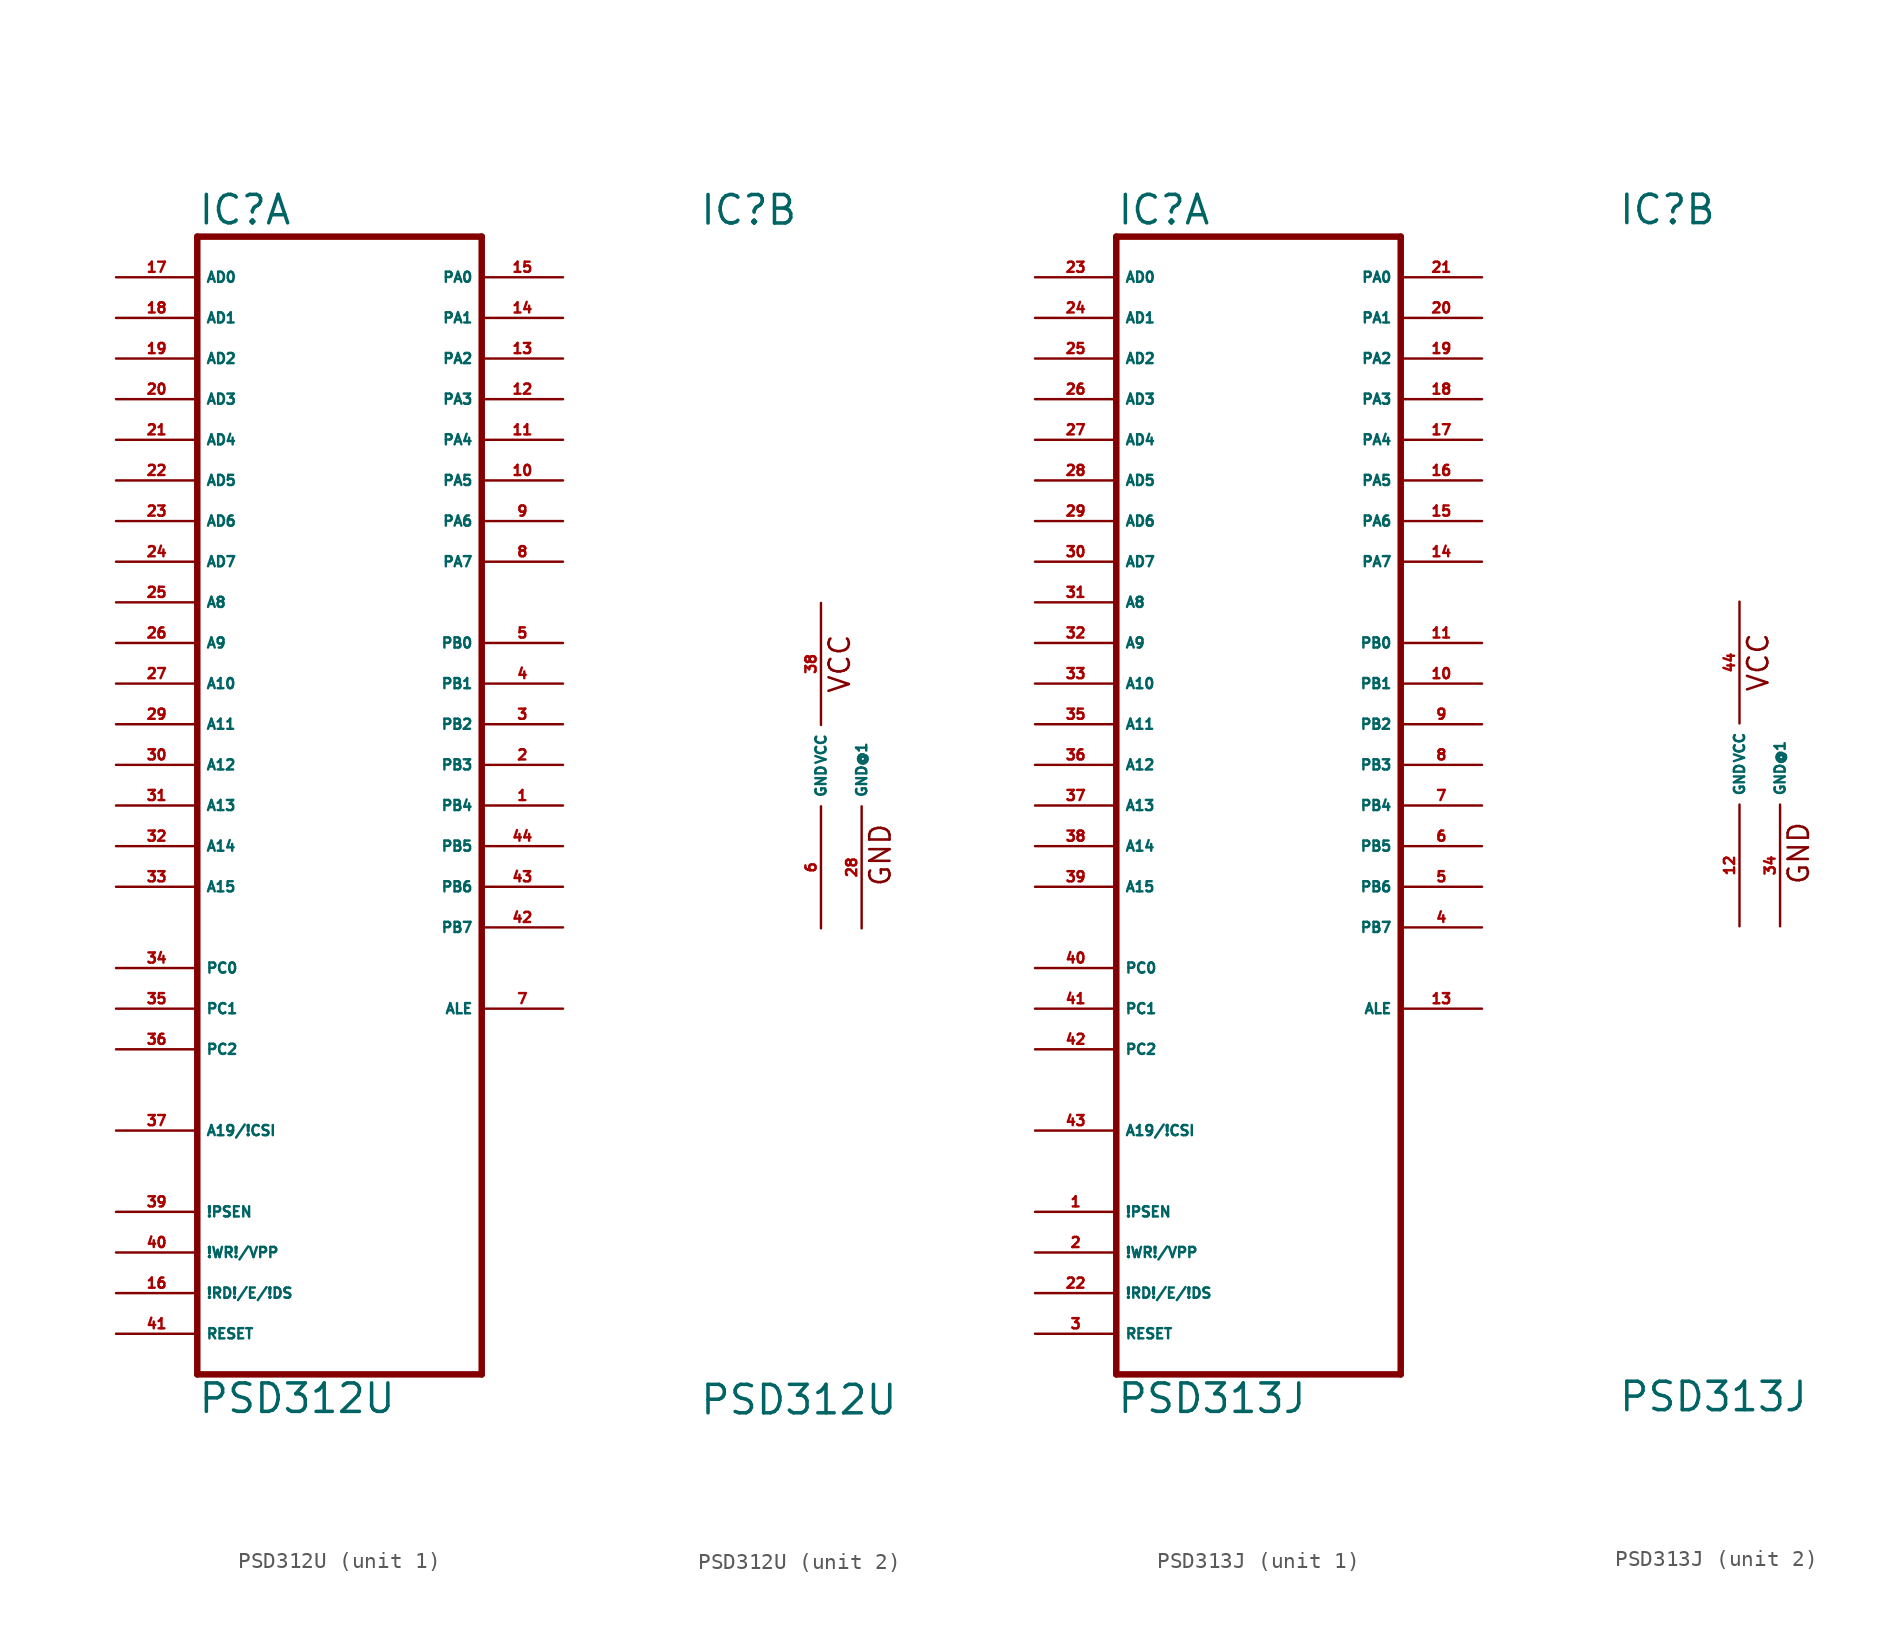
<source format=kicad_sym>
(kicad_symbol_lib
  (version 20220914)
  (generator Eagle2Kicad)
  (symbol "PSD312U"
    (property "Reference" "IC"
      (at -7.62 33.655 0)
      (effects (font (size 1.778 1.778) (thickness 0.22)) (justify left bottom)))
    (property "Value" "PSD312U"
      (at -7.62 -40.64 0)
      (effects (font (size 1.778 1.778) (thickness 0.22)) (justify left bottom)))
    (symbol "PSD312U_1_0"
      (polyline (pts (xy -7.62 -38.1) (xy 10.16 -38.1)) (stroke (width 0.406) (type default)) (fill (type none)))
      (polyline (pts (xy 10.16 -38.1) (xy 10.16 33.02)) (stroke (width 0.406) (type default)) (fill (type none)))
      (polyline (pts (xy 10.16 33.02) (xy -7.62 33.02)) (stroke (width 0.406) (type default)) (fill (type none)))
      (polyline (pts (xy -7.62 33.02) (xy -7.62 -38.1)) (stroke (width 0.406) (type default)) (fill (type none)))
      (pin input line (at -12.7 30.48 0) (length 5.08) (name "AD0" (effects (font (size 0.635 0.635) (thickness 0.08)) (justify left bottom))) (number "17" (effects (font (size 0.635 0.635) (thickness 0.08)) (justify left bottom))))
      (pin input line (at -12.7 27.94 0) (length 5.08) (name "AD1" (effects (font (size 0.635 0.635) (thickness 0.08)) (justify left bottom))) (number "18" (effects (font (size 0.635 0.635) (thickness 0.08)) (justify left bottom))))
      (pin input line (at -12.7 25.4 0) (length 5.08) (name "AD2" (effects (font (size 0.635 0.635) (thickness 0.08)) (justify left bottom))) (number "19" (effects (font (size 0.635 0.635) (thickness 0.08)) (justify left bottom))))
      (pin input line (at -12.7 22.86 0) (length 5.08) (name "AD3" (effects (font (size 0.635 0.635) (thickness 0.08)) (justify left bottom))) (number "20" (effects (font (size 0.635 0.635) (thickness 0.08)) (justify left bottom))))
      (pin input line (at -12.7 20.32 0) (length 5.08) (name "AD4" (effects (font (size 0.635 0.635) (thickness 0.08)) (justify left bottom))) (number "21" (effects (font (size 0.635 0.635) (thickness 0.08)) (justify left bottom))))
      (pin input line (at -12.7 17.78 0) (length 5.08) (name "AD5" (effects (font (size 0.635 0.635) (thickness 0.08)) (justify left bottom))) (number "22" (effects (font (size 0.635 0.635) (thickness 0.08)) (justify left bottom))))
      (pin input line (at -12.7 15.24 0) (length 5.08) (name "AD6" (effects (font (size 0.635 0.635) (thickness 0.08)) (justify left bottom))) (number "23" (effects (font (size 0.635 0.635) (thickness 0.08)) (justify left bottom))))
      (pin input line (at -12.7 12.7 0) (length 5.08) (name "AD7" (effects (font (size 0.635 0.635) (thickness 0.08)) (justify left bottom))) (number "24" (effects (font (size 0.635 0.635) (thickness 0.08)) (justify left bottom))))
      (pin input line (at -12.7 10.16 0) (length 5.08) (name "A8" (effects (font (size 0.635 0.635) (thickness 0.08)) (justify left bottom))) (number "25" (effects (font (size 0.635 0.635) (thickness 0.08)) (justify left bottom))))
      (pin input line (at -12.7 7.62 0) (length 5.08) (name "A9" (effects (font (size 0.635 0.635) (thickness 0.08)) (justify left bottom))) (number "26" (effects (font (size 0.635 0.635) (thickness 0.08)) (justify left bottom))))
      (pin input line (at -12.7 5.08 0) (length 5.08) (name "A10" (effects (font (size 0.635 0.635) (thickness 0.08)) (justify left bottom))) (number "27" (effects (font (size 0.635 0.635) (thickness 0.08)) (justify left bottom))))
      (pin input line (at -12.7 2.54 0) (length 5.08) (name "A11" (effects (font (size 0.635 0.635) (thickness 0.08)) (justify left bottom))) (number "29" (effects (font (size 0.635 0.635) (thickness 0.08)) (justify left bottom))))
      (pin input line (at -12.7 0 0) (length 5.08) (name "A12" (effects (font (size 0.635 0.635) (thickness 0.08)) (justify left bottom))) (number "30" (effects (font (size 0.635 0.635) (thickness 0.08)) (justify left bottom))))
      (pin input line (at -12.7 -2.54 0) (length 5.08) (name "A13" (effects (font (size 0.635 0.635) (thickness 0.08)) (justify left bottom))) (number "31" (effects (font (size 0.635 0.635) (thickness 0.08)) (justify left bottom))))
      (pin input line (at -12.7 -5.08 0) (length 5.08) (name "A14" (effects (font (size 0.635 0.635) (thickness 0.08)) (justify left bottom))) (number "32" (effects (font (size 0.635 0.635) (thickness 0.08)) (justify left bottom))))
      (pin input line (at -12.7 -7.62 0) (length 5.08) (name "A15" (effects (font (size 0.635 0.635) (thickness 0.08)) (justify left bottom))) (number "33" (effects (font (size 0.635 0.635) (thickness 0.08)) (justify left bottom))))
      (pin input line (at -12.7 -12.7 0) (length 5.08) (name "PC0" (effects (font (size 0.635 0.635) (thickness 0.08)) (justify left bottom))) (number "34" (effects (font (size 0.635 0.635) (thickness 0.08)) (justify left bottom))))
      (pin input line (at -12.7 -15.24 0) (length 5.08) (name "PC1" (effects (font (size 0.635 0.635) (thickness 0.08)) (justify left bottom))) (number "35" (effects (font (size 0.635 0.635) (thickness 0.08)) (justify left bottom))))
      (pin input line (at -12.7 -17.78 0) (length 5.08) (name "PC2" (effects (font (size 0.635 0.635) (thickness 0.08)) (justify left bottom))) (number "36" (effects (font (size 0.635 0.635) (thickness 0.08)) (justify left bottom))))
      (pin input line (at -12.7 -22.86 0) (length 5.08) (name "A19/!CSI" (effects (font (size 0.635 0.635) (thickness 0.08)) (justify left bottom))) (number "37" (effects (font (size 0.635 0.635) (thickness 0.08)) (justify left bottom))))
      (pin bidirectional line (at 15.24 30.48 180) (length 5.08) (name "PA0" (effects (font (size 0.635 0.635) (thickness 0.08)) (justify left bottom))) (number "15" (effects (font (size 0.635 0.635) (thickness 0.08)) (justify left bottom))))
      (pin bidirectional line (at 15.24 27.94 180) (length 5.08) (name "PA1" (effects (font (size 0.635 0.635) (thickness 0.08)) (justify left bottom))) (number "14" (effects (font (size 0.635 0.635) (thickness 0.08)) (justify left bottom))))
      (pin bidirectional line (at 15.24 25.4 180) (length 5.08) (name "PA2" (effects (font (size 0.635 0.635) (thickness 0.08)) (justify left bottom))) (number "13" (effects (font (size 0.635 0.635) (thickness 0.08)) (justify left bottom))))
      (pin bidirectional line (at 15.24 22.86 180) (length 5.08) (name "PA3" (effects (font (size 0.635 0.635) (thickness 0.08)) (justify left bottom))) (number "12" (effects (font (size 0.635 0.635) (thickness 0.08)) (justify left bottom))))
      (pin bidirectional line (at 15.24 20.32 180) (length 5.08) (name "PA4" (effects (font (size 0.635 0.635) (thickness 0.08)) (justify left bottom))) (number "11" (effects (font (size 0.635 0.635) (thickness 0.08)) (justify left bottom))))
      (pin bidirectional line (at 15.24 17.78 180) (length 5.08) (name "PA5" (effects (font (size 0.635 0.635) (thickness 0.08)) (justify left bottom))) (number "10" (effects (font (size 0.635 0.635) (thickness 0.08)) (justify left bottom))))
      (pin bidirectional line (at 15.24 15.24 180) (length 5.08) (name "PA6" (effects (font (size 0.635 0.635) (thickness 0.08)) (justify left bottom))) (number "9" (effects (font (size 0.635 0.635) (thickness 0.08)) (justify left bottom))))
      (pin bidirectional line (at 15.24 12.7 180) (length 5.08) (name "PA7" (effects (font (size 0.635 0.635) (thickness 0.08)) (justify left bottom))) (number "8" (effects (font (size 0.635 0.635) (thickness 0.08)) (justify left bottom))))
      (pin output line (at 15.24 7.62 180) (length 5.08) (name "PB0" (effects (font (size 0.635 0.635) (thickness 0.08)) (justify left bottom))) (number "5" (effects (font (size 0.635 0.635) (thickness 0.08)) (justify left bottom))))
      (pin output line (at 15.24 5.08 180) (length 5.08) (name "PB1" (effects (font (size 0.635 0.635) (thickness 0.08)) (justify left bottom))) (number "4" (effects (font (size 0.635 0.635) (thickness 0.08)) (justify left bottom))))
      (pin output line (at 15.24 2.54 180) (length 5.08) (name "PB2" (effects (font (size 0.635 0.635) (thickness 0.08)) (justify left bottom))) (number "3" (effects (font (size 0.635 0.635) (thickness 0.08)) (justify left bottom))))
      (pin output line (at 15.24 0 180) (length 5.08) (name "PB3" (effects (font (size 0.635 0.635) (thickness 0.08)) (justify left bottom))) (number "2" (effects (font (size 0.635 0.635) (thickness 0.08)) (justify left bottom))))
      (pin output line (at 15.24 -2.54 180) (length 5.08) (name "PB4" (effects (font (size 0.635 0.635) (thickness 0.08)) (justify left bottom))) (number "1" (effects (font (size 0.635 0.635) (thickness 0.08)) (justify left bottom))))
      (pin output line (at 15.24 -5.08 180) (length 5.08) (name "PB5" (effects (font (size 0.635 0.635) (thickness 0.08)) (justify left bottom))) (number "44" (effects (font (size 0.635 0.635) (thickness 0.08)) (justify left bottom))))
      (pin output line (at 15.24 -7.62 180) (length 5.08) (name "PB6" (effects (font (size 0.635 0.635) (thickness 0.08)) (justify left bottom))) (number "43" (effects (font (size 0.635 0.635) (thickness 0.08)) (justify left bottom))))
      (pin output line (at 15.24 -10.16 180) (length 5.08) (name "PB7" (effects (font (size 0.635 0.635) (thickness 0.08)) (justify left bottom))) (number "42" (effects (font (size 0.635 0.635) (thickness 0.08)) (justify left bottom))))
      (pin output line (at 15.24 -15.24 180) (length 5.08) (name "ALE" (effects (font (size 0.635 0.635) (thickness 0.08)) (justify left bottom))) (number "7" (effects (font (size 0.635 0.635) (thickness 0.08)) (justify left bottom))))
      (pin input line (at -12.7 -27.94 0) (length 5.08) (name "!PSEN" (effects (font (size 0.635 0.635) (thickness 0.08)) (justify left bottom))) (number "39" (effects (font (size 0.635 0.635) (thickness 0.08)) (justify left bottom))))
      (pin input line (at -12.7 -30.48 0) (length 5.08) (name "!WR!/VPP" (effects (font (size 0.635 0.635) (thickness 0.08)) (justify left bottom))) (number "40" (effects (font (size 0.635 0.635) (thickness 0.08)) (justify left bottom))))
      (pin input line (at -12.7 -33.02 0) (length 5.08) (name "!RD!/E/!DS" (effects (font (size 0.635 0.635) (thickness 0.08)) (justify left bottom))) (number "16" (effects (font (size 0.635 0.635) (thickness 0.08)) (justify left bottom))))
      (pin input line (at -12.7 -35.56 0) (length 5.08) (name "RESET" (effects (font (size 0.635 0.635) (thickness 0.08)) (justify left bottom))) (number "41" (effects (font (size 0.635 0.635) (thickness 0.08)) (justify left bottom)))))
    (symbol "PSD312U_2_0"
      (text "VCC" (at 1.905 4.445 900) (effects (font (size 1.27 1.27) (thickness 0.16)) (justify left bottom)))
      (text "GND" (at 4.445 -7.62 900) (effects (font (size 1.27 1.27) (thickness 0.16)) (justify left bottom)))
      (pin unspecified line (at 0 10.16 270) (length 7.62) (name "VCC" (effects (font (size 0.635 0.635) (thickness 0.08)) (justify left bottom))) (number "38" (effects (font (size 0.635 0.635) (thickness 0.08)) (justify left bottom))))
      (pin unspecified line (at 0 -10.16 90) (length 7.62) (name "GND" (effects (font (size 0.635 0.635) (thickness 0.08)) (justify left bottom))) (number "6" (effects (font (size 0.635 0.635) (thickness 0.08)) (justify left bottom))))
      (pin unspecified line (at 2.54 -10.16 90) (length 7.62) (name "GND@1" (effects (font (size 0.635 0.635) (thickness 0.08)) (justify left bottom))) (number "28" (effects (font (size 0.635 0.635) (thickness 0.08)) (justify left bottom))))))
  (symbol "PSD313J"
    (property "Reference" "IC"
      (at -7.62 33.655 0)
      (effects (font (size 1.778 1.778) (thickness 0.22)) (justify left bottom)))
    (property "Value" "PSD313J"
      (at -7.62 -40.64 0)
      (effects (font (size 1.778 1.778) (thickness 0.22)) (justify left bottom)))
    (symbol "PSD313J_1_0"
      (polyline (pts (xy -7.62 -38.1) (xy 10.16 -38.1)) (stroke (width 0.406) (type default)) (fill (type none)))
      (polyline (pts (xy 10.16 -38.1) (xy 10.16 33.02)) (stroke (width 0.406) (type default)) (fill (type none)))
      (polyline (pts (xy 10.16 33.02) (xy -7.62 33.02)) (stroke (width 0.406) (type default)) (fill (type none)))
      (polyline (pts (xy -7.62 33.02) (xy -7.62 -38.1)) (stroke (width 0.406) (type default)) (fill (type none)))
      (pin input line (at -12.7 30.48 0) (length 5.08) (name "AD0" (effects (font (size 0.635 0.635) (thickness 0.08)) (justify left bottom))) (number "23" (effects (font (size 0.635 0.635) (thickness 0.08)) (justify left bottom))))
      (pin input line (at -12.7 27.94 0) (length 5.08) (name "AD1" (effects (font (size 0.635 0.635) (thickness 0.08)) (justify left bottom))) (number "24" (effects (font (size 0.635 0.635) (thickness 0.08)) (justify left bottom))))
      (pin input line (at -12.7 25.4 0) (length 5.08) (name "AD2" (effects (font (size 0.635 0.635) (thickness 0.08)) (justify left bottom))) (number "25" (effects (font (size 0.635 0.635) (thickness 0.08)) (justify left bottom))))
      (pin input line (at -12.7 22.86 0) (length 5.08) (name "AD3" (effects (font (size 0.635 0.635) (thickness 0.08)) (justify left bottom))) (number "26" (effects (font (size 0.635 0.635) (thickness 0.08)) (justify left bottom))))
      (pin input line (at -12.7 20.32 0) (length 5.08) (name "AD4" (effects (font (size 0.635 0.635) (thickness 0.08)) (justify left bottom))) (number "27" (effects (font (size 0.635 0.635) (thickness 0.08)) (justify left bottom))))
      (pin input line (at -12.7 17.78 0) (length 5.08) (name "AD5" (effects (font (size 0.635 0.635) (thickness 0.08)) (justify left bottom))) (number "28" (effects (font (size 0.635 0.635) (thickness 0.08)) (justify left bottom))))
      (pin input line (at -12.7 15.24 0) (length 5.08) (name "AD6" (effects (font (size 0.635 0.635) (thickness 0.08)) (justify left bottom))) (number "29" (effects (font (size 0.635 0.635) (thickness 0.08)) (justify left bottom))))
      (pin input line (at -12.7 12.7 0) (length 5.08) (name "AD7" (effects (font (size 0.635 0.635) (thickness 0.08)) (justify left bottom))) (number "30" (effects (font (size 0.635 0.635) (thickness 0.08)) (justify left bottom))))
      (pin input line (at -12.7 10.16 0) (length 5.08) (name "A8" (effects (font (size 0.635 0.635) (thickness 0.08)) (justify left bottom))) (number "31" (effects (font (size 0.635 0.635) (thickness 0.08)) (justify left bottom))))
      (pin input line (at -12.7 7.62 0) (length 5.08) (name "A9" (effects (font (size 0.635 0.635) (thickness 0.08)) (justify left bottom))) (number "32" (effects (font (size 0.635 0.635) (thickness 0.08)) (justify left bottom))))
      (pin input line (at -12.7 5.08 0) (length 5.08) (name "A10" (effects (font (size 0.635 0.635) (thickness 0.08)) (justify left bottom))) (number "33" (effects (font (size 0.635 0.635) (thickness 0.08)) (justify left bottom))))
      (pin input line (at -12.7 2.54 0) (length 5.08) (name "A11" (effects (font (size 0.635 0.635) (thickness 0.08)) (justify left bottom))) (number "35" (effects (font (size 0.635 0.635) (thickness 0.08)) (justify left bottom))))
      (pin input line (at -12.7 0 0) (length 5.08) (name "A12" (effects (font (size 0.635 0.635) (thickness 0.08)) (justify left bottom))) (number "36" (effects (font (size 0.635 0.635) (thickness 0.08)) (justify left bottom))))
      (pin input line (at -12.7 -2.54 0) (length 5.08) (name "A13" (effects (font (size 0.635 0.635) (thickness 0.08)) (justify left bottom))) (number "37" (effects (font (size 0.635 0.635) (thickness 0.08)) (justify left bottom))))
      (pin input line (at -12.7 -5.08 0) (length 5.08) (name "A14" (effects (font (size 0.635 0.635) (thickness 0.08)) (justify left bottom))) (number "38" (effects (font (size 0.635 0.635) (thickness 0.08)) (justify left bottom))))
      (pin input line (at -12.7 -7.62 0) (length 5.08) (name "A15" (effects (font (size 0.635 0.635) (thickness 0.08)) (justify left bottom))) (number "39" (effects (font (size 0.635 0.635) (thickness 0.08)) (justify left bottom))))
      (pin input line (at -12.7 -12.7 0) (length 5.08) (name "PC0" (effects (font (size 0.635 0.635) (thickness 0.08)) (justify left bottom))) (number "40" (effects (font (size 0.635 0.635) (thickness 0.08)) (justify left bottom))))
      (pin input line (at -12.7 -15.24 0) (length 5.08) (name "PC1" (effects (font (size 0.635 0.635) (thickness 0.08)) (justify left bottom))) (number "41" (effects (font (size 0.635 0.635) (thickness 0.08)) (justify left bottom))))
      (pin input line (at -12.7 -17.78 0) (length 5.08) (name "PC2" (effects (font (size 0.635 0.635) (thickness 0.08)) (justify left bottom))) (number "42" (effects (font (size 0.635 0.635) (thickness 0.08)) (justify left bottom))))
      (pin input line (at -12.7 -22.86 0) (length 5.08) (name "A19/!CSI" (effects (font (size 0.635 0.635) (thickness 0.08)) (justify left bottom))) (number "43" (effects (font (size 0.635 0.635) (thickness 0.08)) (justify left bottom))))
      (pin bidirectional line (at 15.24 30.48 180) (length 5.08) (name "PA0" (effects (font (size 0.635 0.635) (thickness 0.08)) (justify left bottom))) (number "21" (effects (font (size 0.635 0.635) (thickness 0.08)) (justify left bottom))))
      (pin bidirectional line (at 15.24 27.94 180) (length 5.08) (name "PA1" (effects (font (size 0.635 0.635) (thickness 0.08)) (justify left bottom))) (number "20" (effects (font (size 0.635 0.635) (thickness 0.08)) (justify left bottom))))
      (pin bidirectional line (at 15.24 25.4 180) (length 5.08) (name "PA2" (effects (font (size 0.635 0.635) (thickness 0.08)) (justify left bottom))) (number "19" (effects (font (size 0.635 0.635) (thickness 0.08)) (justify left bottom))))
      (pin bidirectional line (at 15.24 22.86 180) (length 5.08) (name "PA3" (effects (font (size 0.635 0.635) (thickness 0.08)) (justify left bottom))) (number "18" (effects (font (size 0.635 0.635) (thickness 0.08)) (justify left bottom))))
      (pin bidirectional line (at 15.24 20.32 180) (length 5.08) (name "PA4" (effects (font (size 0.635 0.635) (thickness 0.08)) (justify left bottom))) (number "17" (effects (font (size 0.635 0.635) (thickness 0.08)) (justify left bottom))))
      (pin bidirectional line (at 15.24 17.78 180) (length 5.08) (name "PA5" (effects (font (size 0.635 0.635) (thickness 0.08)) (justify left bottom))) (number "16" (effects (font (size 0.635 0.635) (thickness 0.08)) (justify left bottom))))
      (pin bidirectional line (at 15.24 15.24 180) (length 5.08) (name "PA6" (effects (font (size 0.635 0.635) (thickness 0.08)) (justify left bottom))) (number "15" (effects (font (size 0.635 0.635) (thickness 0.08)) (justify left bottom))))
      (pin bidirectional line (at 15.24 12.7 180) (length 5.08) (name "PA7" (effects (font (size 0.635 0.635) (thickness 0.08)) (justify left bottom))) (number "14" (effects (font (size 0.635 0.635) (thickness 0.08)) (justify left bottom))))
      (pin output line (at 15.24 7.62 180) (length 5.08) (name "PB0" (effects (font (size 0.635 0.635) (thickness 0.08)) (justify left bottom))) (number "11" (effects (font (size 0.635 0.635) (thickness 0.08)) (justify left bottom))))
      (pin output line (at 15.24 5.08 180) (length 5.08) (name "PB1" (effects (font (size 0.635 0.635) (thickness 0.08)) (justify left bottom))) (number "10" (effects (font (size 0.635 0.635) (thickness 0.08)) (justify left bottom))))
      (pin output line (at 15.24 2.54 180) (length 5.08) (name "PB2" (effects (font (size 0.635 0.635) (thickness 0.08)) (justify left bottom))) (number "9" (effects (font (size 0.635 0.635) (thickness 0.08)) (justify left bottom))))
      (pin output line (at 15.24 0 180) (length 5.08) (name "PB3" (effects (font (size 0.635 0.635) (thickness 0.08)) (justify left bottom))) (number "8" (effects (font (size 0.635 0.635) (thickness 0.08)) (justify left bottom))))
      (pin output line (at 15.24 -2.54 180) (length 5.08) (name "PB4" (effects (font (size 0.635 0.635) (thickness 0.08)) (justify left bottom))) (number "7" (effects (font (size 0.635 0.635) (thickness 0.08)) (justify left bottom))))
      (pin output line (at 15.24 -5.08 180) (length 5.08) (name "PB5" (effects (font (size 0.635 0.635) (thickness 0.08)) (justify left bottom))) (number "6" (effects (font (size 0.635 0.635) (thickness 0.08)) (justify left bottom))))
      (pin output line (at 15.24 -7.62 180) (length 5.08) (name "PB6" (effects (font (size 0.635 0.635) (thickness 0.08)) (justify left bottom))) (number "5" (effects (font (size 0.635 0.635) (thickness 0.08)) (justify left bottom))))
      (pin output line (at 15.24 -10.16 180) (length 5.08) (name "PB7" (effects (font (size 0.635 0.635) (thickness 0.08)) (justify left bottom))) (number "4" (effects (font (size 0.635 0.635) (thickness 0.08)) (justify left bottom))))
      (pin output line (at 15.24 -15.24 180) (length 5.08) (name "ALE" (effects (font (size 0.635 0.635) (thickness 0.08)) (justify left bottom))) (number "13" (effects (font (size 0.635 0.635) (thickness 0.08)) (justify left bottom))))
      (pin input line (at -12.7 -27.94 0) (length 5.08) (name "!PSEN" (effects (font (size 0.635 0.635) (thickness 0.08)) (justify left bottom))) (number "1" (effects (font (size 0.635 0.635) (thickness 0.08)) (justify left bottom))))
      (pin input line (at -12.7 -30.48 0) (length 5.08) (name "!WR!/VPP" (effects (font (size 0.635 0.635) (thickness 0.08)) (justify left bottom))) (number "2" (effects (font (size 0.635 0.635) (thickness 0.08)) (justify left bottom))))
      (pin input line (at -12.7 -33.02 0) (length 5.08) (name "!RD!/E/!DS" (effects (font (size 0.635 0.635) (thickness 0.08)) (justify left bottom))) (number "22" (effects (font (size 0.635 0.635) (thickness 0.08)) (justify left bottom))))
      (pin input line (at -12.7 -35.56 0) (length 5.08) (name "RESET" (effects (font (size 0.635 0.635) (thickness 0.08)) (justify left bottom))) (number "3" (effects (font (size 0.635 0.635) (thickness 0.08)) (justify left bottom)))))
    (symbol "PSD313J_2_0"
      (text "VCC" (at 1.905 4.445 900) (effects (font (size 1.27 1.27) (thickness 0.16)) (justify left bottom)))
      (text "GND" (at 4.445 -7.62 900) (effects (font (size 1.27 1.27) (thickness 0.16)) (justify left bottom)))
      (pin unspecified line (at 0 10.16 270) (length 7.62) (name "VCC" (effects (font (size 0.635 0.635) (thickness 0.08)) (justify left bottom))) (number "44" (effects (font (size 0.635 0.635) (thickness 0.08)) (justify left bottom))))
      (pin unspecified line (at 0 -10.16 90) (length 7.62) (name "GND" (effects (font (size 0.635 0.635) (thickness 0.08)) (justify left bottom))) (number "12" (effects (font (size 0.635 0.635) (thickness 0.08)) (justify left bottom))))
      (pin unspecified line (at 2.54 -10.16 90) (length 7.62) (name "GND@1" (effects (font (size 0.635 0.635) (thickness 0.08)) (justify left bottom))) (number "34" (effects (font (size 0.635 0.635) (thickness 0.08)) (justify left bottom)))))))
</source>
